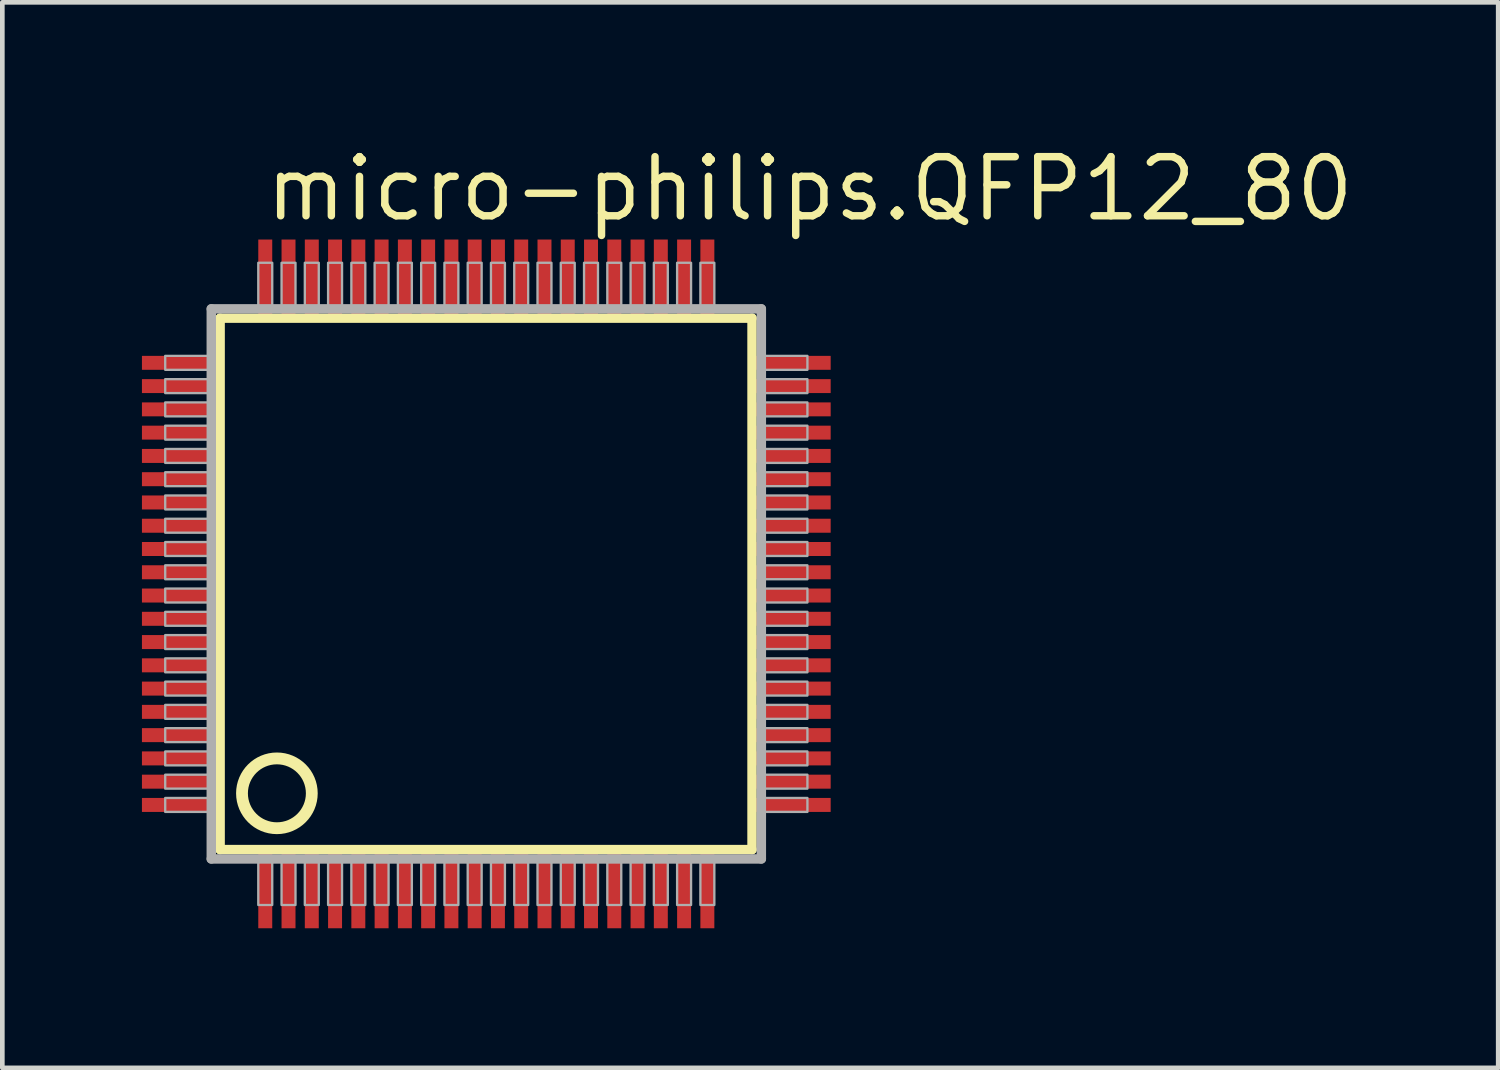
<source format=kicad_pcb>
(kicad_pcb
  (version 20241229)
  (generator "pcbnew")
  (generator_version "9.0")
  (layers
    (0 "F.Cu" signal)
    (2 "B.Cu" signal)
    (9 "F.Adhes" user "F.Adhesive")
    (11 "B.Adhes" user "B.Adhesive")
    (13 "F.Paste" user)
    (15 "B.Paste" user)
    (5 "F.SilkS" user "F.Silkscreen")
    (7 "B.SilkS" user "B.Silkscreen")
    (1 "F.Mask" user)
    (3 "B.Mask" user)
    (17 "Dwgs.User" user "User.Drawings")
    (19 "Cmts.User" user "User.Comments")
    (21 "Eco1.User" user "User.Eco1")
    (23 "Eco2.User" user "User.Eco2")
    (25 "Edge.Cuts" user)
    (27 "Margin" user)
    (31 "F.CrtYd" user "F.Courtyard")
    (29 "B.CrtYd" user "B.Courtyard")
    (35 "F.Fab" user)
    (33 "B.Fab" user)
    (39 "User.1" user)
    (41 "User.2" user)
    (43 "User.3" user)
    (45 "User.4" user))
  (footprint "micro-philips.QFP12_80"
    (layer "F.Cu")
    (at 7.4 9.497)
    (property "Reference" "micro-philips.QFP12_80" (at -4.826 -7.747 0) (layer "F.SilkS") (effects (font (size 1.27 1.27) (thickness 0.16)) (justify left bottom)))
    (attr smd)
    (fp_line (start -5.72 -5.71) (end 5.71 -5.71) (stroke (width 0.203) (type default)) (layer "F.SilkS"))
    (fp_line (start -5.72 5.71) (end -5.72 -5.71) (stroke (width 0.203) (type default)) (layer "F.SilkS"))
    (fp_line (start 5.71 5.71) (end -5.72 5.71) (stroke (width 0.203) (type default)) (layer "F.SilkS"))
    (fp_line (start 5.71 -5.71) (end 5.71 5.71) (stroke (width 0.203) (type default)) (layer "F.SilkS"))
    (fp_circle (center -4.5 4.5) (end -3.75 4.5) (stroke (width 0.254) (type default)) (fill no) (layer "F.SilkS"))
    (fp_line (start -5.91 -5.91) (end -5.91 5.91) (stroke (width 0.203) (type default)) (layer "F.Fab"))
    (fp_line (start -5.91 5.91) (end 5.91 5.91) (stroke (width 0.203) (type default)) (layer "F.Fab"))
    (fp_line (start 5.91 -5.91) (end -5.91 -5.91) (stroke (width 0.203) (type default)) (layer "F.Fab"))
    (fp_line (start 5.91 5.91) (end 5.91 -5.91) (stroke (width 0.203) (type default)) (layer "F.Fab"))
    (fp_rect (start -6.9 -4.6) (end -5.95 -4.9) (stroke (width 0.05) (type default)) (fill no) (layer "F.Fab"))
    (fp_rect (start -6.9 -4.1) (end -5.95 -4.4) (stroke (width 0.05) (type default)) (fill no) (layer "F.Fab"))
    (fp_rect (start -6.9 -3.6) (end -5.95 -3.9) (stroke (width 0.05) (type default)) (fill no) (layer "F.Fab"))
    (fp_rect (start -6.9 -3.1) (end -5.95 -3.4) (stroke (width 0.05) (type default)) (fill no) (layer "F.Fab"))
    (fp_rect (start -6.9 -2.6) (end -5.95 -2.9) (stroke (width 0.05) (type default)) (fill no) (layer "F.Fab"))
    (fp_rect (start -6.9 -2.1) (end -5.95 -2.4) (stroke (width 0.05) (type default)) (fill no) (layer "F.Fab"))
    (fp_rect (start -6.9 -1.6) (end -5.95 -1.9) (stroke (width 0.05) (type default)) (fill no) (layer "F.Fab"))
    (fp_rect (start -6.9 -1.1) (end -5.95 -1.4) (stroke (width 0.05) (type default)) (fill no) (layer "F.Fab"))
    (fp_rect (start -6.9 -0.6) (end -5.95 -0.9) (stroke (width 0.05) (type default)) (fill no) (layer "F.Fab"))
    (fp_rect (start -6.9 -0.1) (end -5.95 -0.4) (stroke (width 0.05) (type default)) (fill no) (layer "F.Fab"))
    (fp_rect (start -6.9 0.4) (end -5.95 0.1) (stroke (width 0.05) (type default)) (fill no) (layer "F.Fab"))
    (fp_rect (start -6.9 0.9) (end -5.95 0.6) (stroke (width 0.05) (type default)) (fill no) (layer "F.Fab"))
    (fp_rect (start -6.9 1.4) (end -5.95 1.1) (stroke (width 0.05) (type default)) (fill no) (layer "F.Fab"))
    (fp_rect (start -6.9 1.9) (end -5.95 1.6) (stroke (width 0.05) (type default)) (fill no) (layer "F.Fab"))
    (fp_rect (start -6.9 2.4) (end -5.95 2.1) (stroke (width 0.05) (type default)) (fill no) (layer "F.Fab"))
    (fp_rect (start -6.9 2.9) (end -5.95 2.6) (stroke (width 0.05) (type default)) (fill no) (layer "F.Fab"))
    (fp_rect (start -6.9 3.4) (end -5.95 3.1) (stroke (width 0.05) (type default)) (fill no) (layer "F.Fab"))
    (fp_rect (start -6.9 3.9) (end -5.95 3.6) (stroke (width 0.05) (type default)) (fill no) (layer "F.Fab"))
    (fp_rect (start -6.9 4.4) (end -5.95 4.1) (stroke (width 0.05) (type default)) (fill no) (layer "F.Fab"))
    (fp_rect (start -6.9 4.9) (end -5.95 4.6) (stroke (width 0.05) (type default)) (fill no) (layer "F.Fab"))
    (fp_rect (start -4.9 -5.95) (end -4.6 -6.9) (stroke (width 0.05) (type default)) (fill no) (layer "F.Fab"))
    (fp_rect (start -4.9 6.9) (end -4.6 5.95) (stroke (width 0.05) (type default)) (fill no) (layer "F.Fab"))
    (fp_rect (start -4.4 -5.95) (end -4.1 -6.9) (stroke (width 0.05) (type default)) (fill no) (layer "F.Fab"))
    (fp_rect (start -4.4 6.9) (end -4.1 5.95) (stroke (width 0.05) (type default)) (fill no) (layer "F.Fab"))
    (fp_rect (start -3.9 -5.95) (end -3.6 -6.9) (stroke (width 0.05) (type default)) (fill no) (layer "F.Fab"))
    (fp_rect (start -3.9 6.9) (end -3.6 5.95) (stroke (width 0.05) (type default)) (fill no) (layer "F.Fab"))
    (fp_rect (start -3.4 -5.95) (end -3.1 -6.9) (stroke (width 0.05) (type default)) (fill no) (layer "F.Fab"))
    (fp_rect (start -3.4 6.9) (end -3.1 5.95) (stroke (width 0.05) (type default)) (fill no) (layer "F.Fab"))
    (fp_rect (start -2.9 -5.95) (end -2.6 -6.9) (stroke (width 0.05) (type default)) (fill no) (layer "F.Fab"))
    (fp_rect (start -2.9 6.9) (end -2.6 5.95) (stroke (width 0.05) (type default)) (fill no) (layer "F.Fab"))
    (fp_rect (start -2.4 -5.95) (end -2.1 -6.9) (stroke (width 0.05) (type default)) (fill no) (layer "F.Fab"))
    (fp_rect (start -2.4 6.9) (end -2.1 5.95) (stroke (width 0.05) (type default)) (fill no) (layer "F.Fab"))
    (fp_rect (start -1.9 -5.95) (end -1.6 -6.9) (stroke (width 0.05) (type default)) (fill no) (layer "F.Fab"))
    (fp_rect (start -1.9 6.9) (end -1.6 5.95) (stroke (width 0.05) (type default)) (fill no) (layer "F.Fab"))
    (fp_rect (start -1.4 -5.95) (end -1.1 -6.9) (stroke (width 0.05) (type default)) (fill no) (layer "F.Fab"))
    (fp_rect (start -1.4 6.9) (end -1.1 5.95) (stroke (width 0.05) (type default)) (fill no) (layer "F.Fab"))
    (fp_rect (start -0.9 -5.95) (end -0.6 -6.9) (stroke (width 0.05) (type default)) (fill no) (layer "F.Fab"))
    (fp_rect (start -0.9 6.9) (end -0.6 5.95) (stroke (width 0.05) (type default)) (fill no) (layer "F.Fab"))
    (fp_rect (start -0.4 -5.95) (end -0.1 -6.9) (stroke (width 0.05) (type default)) (fill no) (layer "F.Fab"))
    (fp_rect (start -0.4 6.9) (end -0.1 5.95) (stroke (width 0.05) (type default)) (fill no) (layer "F.Fab"))
    (fp_rect (start 0.1 -5.95) (end 0.4 -6.9) (stroke (width 0.05) (type default)) (fill no) (layer "F.Fab"))
    (fp_rect (start 0.1 6.9) (end 0.4 5.95) (stroke (width 0.05) (type default)) (fill no) (layer "F.Fab"))
    (fp_rect (start 0.6 -5.95) (end 0.9 -6.9) (stroke (width 0.05) (type default)) (fill no) (layer "F.Fab"))
    (fp_rect (start 0.6 6.9) (end 0.9 5.95) (stroke (width 0.05) (type default)) (fill no) (layer "F.Fab"))
    (fp_rect (start 1.1 -5.95) (end 1.4 -6.9) (stroke (width 0.05) (type default)) (fill no) (layer "F.Fab"))
    (fp_rect (start 1.1 6.9) (end 1.4 5.95) (stroke (width 0.05) (type default)) (fill no) (layer "F.Fab"))
    (fp_rect (start 1.6 -5.95) (end 1.9 -6.9) (stroke (width 0.05) (type default)) (fill no) (layer "F.Fab"))
    (fp_rect (start 1.6 6.9) (end 1.9 5.95) (stroke (width 0.05) (type default)) (fill no) (layer "F.Fab"))
    (fp_rect (start 2.1 -5.95) (end 2.4 -6.9) (stroke (width 0.05) (type default)) (fill no) (layer "F.Fab"))
    (fp_rect (start 2.1 6.9) (end 2.4 5.95) (stroke (width 0.05) (type default)) (fill no) (layer "F.Fab"))
    (fp_rect (start 2.6 -5.95) (end 2.9 -6.9) (stroke (width 0.05) (type default)) (fill no) (layer "F.Fab"))
    (fp_rect (start 2.6 6.9) (end 2.9 5.95) (stroke (width 0.05) (type default)) (fill no) (layer "F.Fab"))
    (fp_rect (start 3.1 -5.95) (end 3.4 -6.9) (stroke (width 0.05) (type default)) (fill no) (layer "F.Fab"))
    (fp_rect (start 3.1 6.9) (end 3.4 5.95) (stroke (width 0.05) (type default)) (fill no) (layer "F.Fab"))
    (fp_rect (start 3.6 -5.95) (end 3.9 -6.9) (stroke (width 0.05) (type default)) (fill no) (layer "F.Fab"))
    (fp_rect (start 3.6 6.9) (end 3.9 5.95) (stroke (width 0.05) (type default)) (fill no) (layer "F.Fab"))
    (fp_rect (start 4.1 -5.95) (end 4.4 -6.9) (stroke (width 0.05) (type default)) (fill no) (layer "F.Fab"))
    (fp_rect (start 4.1 6.9) (end 4.4 5.95) (stroke (width 0.05) (type default)) (fill no) (layer "F.Fab"))
    (fp_rect (start 4.6 -5.95) (end 4.9 -6.9) (stroke (width 0.05) (type default)) (fill no) (layer "F.Fab"))
    (fp_rect (start 4.6 6.9) (end 4.9 5.95) (stroke (width 0.05) (type default)) (fill no) (layer "F.Fab"))
    (fp_rect (start 5.95 -4.6) (end 6.9 -4.9) (stroke (width 0.05) (type default)) (fill no) (layer "F.Fab"))
    (fp_rect (start 5.95 -4.1) (end 6.9 -4.4) (stroke (width 0.05) (type default)) (fill no) (layer "F.Fab"))
    (fp_rect (start 5.95 -3.6) (end 6.9 -3.9) (stroke (width 0.05) (type default)) (fill no) (layer "F.Fab"))
    (fp_rect (start 5.95 -3.1) (end 6.9 -3.4) (stroke (width 0.05) (type default)) (fill no) (layer "F.Fab"))
    (fp_rect (start 5.95 -2.6) (end 6.9 -2.9) (stroke (width 0.05) (type default)) (fill no) (layer "F.Fab"))
    (fp_rect (start 5.95 -2.1) (end 6.9 -2.4) (stroke (width 0.05) (type default)) (fill no) (layer "F.Fab"))
    (fp_rect (start 5.95 -1.6) (end 6.9 -1.9) (stroke (width 0.05) (type default)) (fill no) (layer "F.Fab"))
    (fp_rect (start 5.95 -1.1) (end 6.9 -1.4) (stroke (width 0.05) (type default)) (fill no) (layer "F.Fab"))
    (fp_rect (start 5.95 -0.6) (end 6.9 -0.9) (stroke (width 0.05) (type default)) (fill no) (layer "F.Fab"))
    (fp_rect (start 5.95 -0.1) (end 6.9 -0.4) (stroke (width 0.05) (type default)) (fill no) (layer "F.Fab"))
    (fp_rect (start 5.95 0.4) (end 6.9 0.1) (stroke (width 0.05) (type default)) (fill no) (layer "F.Fab"))
    (fp_rect (start 5.95 0.9) (end 6.9 0.6) (stroke (width 0.05) (type default)) (fill no) (layer "F.Fab"))
    (fp_rect (start 5.95 1.4) (end 6.9 1.1) (stroke (width 0.05) (type default)) (fill no) (layer "F.Fab"))
    (fp_rect (start 5.95 1.9) (end 6.9 1.6) (stroke (width 0.05) (type default)) (fill no) (layer "F.Fab"))
    (fp_rect (start 5.95 2.4) (end 6.9 2.1) (stroke (width 0.05) (type default)) (fill no) (layer "F.Fab"))
    (fp_rect (start 5.95 2.9) (end 6.9 2.6) (stroke (width 0.05) (type default)) (fill no) (layer "F.Fab"))
    (fp_rect (start 5.95 3.4) (end 6.9 3.1) (stroke (width 0.05) (type default)) (fill no) (layer "F.Fab"))
    (fp_rect (start 5.95 3.9) (end 6.9 3.6) (stroke (width 0.05) (type default)) (fill no) (layer "F.Fab"))
    (fp_rect (start 5.95 4.4) (end 6.9 4.1) (stroke (width 0.05) (type default)) (fill no) (layer "F.Fab"))
    (fp_rect (start 5.95 4.9) (end 6.9 4.6) (stroke (width 0.05) (type default)) (fill no) (layer "F.Fab"))
    (pad "1" smd roundrect (at -4.75 6.6) (size 0.3 1.6) (layers "F.Cu" "F.Mask" "F.Paste") (roundrect_rratio 0.01))
    (pad "2" smd roundrect (at -4.25 6.6) (size 0.3 1.6) (layers "F.Cu" "F.Mask" "F.Paste") (roundrect_rratio 0.01))
    (pad "3" smd roundrect (at -3.75 6.6) (size 0.3 1.6) (layers "F.Cu" "F.Mask" "F.Paste") (roundrect_rratio 0.01))
    (pad "4" smd roundrect (at -3.25 6.6) (size 0.3 1.6) (layers "F.Cu" "F.Mask" "F.Paste") (roundrect_rratio 0.01))
    (pad "5" smd roundrect (at -2.75 6.6) (size 0.3 1.6) (layers "F.Cu" "F.Mask" "F.Paste") (roundrect_rratio 0.01))
    (pad "6" smd roundrect (at -2.25 6.6) (size 0.3 1.6) (layers "F.Cu" "F.Mask" "F.Paste") (roundrect_rratio 0.01))
    (pad "7" smd roundrect (at -1.75 6.6) (size 0.3 1.6) (layers "F.Cu" "F.Mask" "F.Paste") (roundrect_rratio 0.01))
    (pad "8" smd roundrect (at -1.25 6.6) (size 0.3 1.6) (layers "F.Cu" "F.Mask" "F.Paste") (roundrect_rratio 0.01))
    (pad "9" smd roundrect (at -0.75 6.6) (size 0.3 1.6) (layers "F.Cu" "F.Mask" "F.Paste") (roundrect_rratio 0.01))
    (pad "10" smd roundrect (at -0.25 6.6) (size 0.3 1.6) (layers "F.Cu" "F.Mask" "F.Paste") (roundrect_rratio 0.01))
    (pad "11" smd roundrect (at 0.25 6.6) (size 0.3 1.6) (layers "F.Cu" "F.Mask" "F.Paste") (roundrect_rratio 0.01))
    (pad "12" smd roundrect (at 0.75 6.6) (size 0.3 1.6) (layers "F.Cu" "F.Mask" "F.Paste") (roundrect_rratio 0.01))
    (pad "13" smd roundrect (at 1.25 6.6) (size 0.3 1.6) (layers "F.Cu" "F.Mask" "F.Paste") (roundrect_rratio 0.01))
    (pad "14" smd roundrect (at 1.75 6.6) (size 0.3 1.6) (layers "F.Cu" "F.Mask" "F.Paste") (roundrect_rratio 0.01))
    (pad "15" smd roundrect (at 2.25 6.6) (size 0.3 1.6) (layers "F.Cu" "F.Mask" "F.Paste") (roundrect_rratio 0.01))
    (pad "16" smd roundrect (at 2.75 6.6) (size 0.3 1.6) (layers "F.Cu" "F.Mask" "F.Paste") (roundrect_rratio 0.01))
    (pad "17" smd roundrect (at 3.25 6.6) (size 0.3 1.6) (layers "F.Cu" "F.Mask" "F.Paste") (roundrect_rratio 0.01))
    (pad "18" smd roundrect (at 3.75 6.6) (size 0.3 1.6) (layers "F.Cu" "F.Mask" "F.Paste") (roundrect_rratio 0.01))
    (pad "19" smd roundrect (at 4.25 6.6) (size 0.3 1.6) (layers "F.Cu" "F.Mask" "F.Paste") (roundrect_rratio 0.01))
    (pad "20" smd roundrect (at 4.75 6.6) (size 0.3 1.6) (layers "F.Cu" "F.Mask" "F.Paste") (roundrect_rratio 0.01))
    (pad "21" smd roundrect (at 6.6 4.75) (size 1.6 0.3) (layers "F.Cu" "F.Mask" "F.Paste") (roundrect_rratio 0.01))
    (pad "22" smd roundrect (at 6.6 4.25) (size 1.6 0.3) (layers "F.Cu" "F.Mask" "F.Paste") (roundrect_rratio 0.01))
    (pad "23" smd roundrect (at 6.6 3.75) (size 1.6 0.3) (layers "F.Cu" "F.Mask" "F.Paste") (roundrect_rratio 0.01))
    (pad "24" smd roundrect (at 6.6 3.25) (size 1.6 0.3) (layers "F.Cu" "F.Mask" "F.Paste") (roundrect_rratio 0.01))
    (pad "25" smd roundrect (at 6.6 2.75) (size 1.6 0.3) (layers "F.Cu" "F.Mask" "F.Paste") (roundrect_rratio 0.01))
    (pad "26" smd roundrect (at 6.6 2.25) (size 1.6 0.3) (layers "F.Cu" "F.Mask" "F.Paste") (roundrect_rratio 0.01))
    (pad "27" smd roundrect (at 6.6 1.75) (size 1.6 0.3) (layers "F.Cu" "F.Mask" "F.Paste") (roundrect_rratio 0.01))
    (pad "28" smd roundrect (at 6.6 1.25) (size 1.6 0.3) (layers "F.Cu" "F.Mask" "F.Paste") (roundrect_rratio 0.01))
    (pad "29" smd roundrect (at 6.6 0.75) (size 1.6 0.3) (layers "F.Cu" "F.Mask" "F.Paste") (roundrect_rratio 0.01))
    (pad "30" smd roundrect (at 6.6 0.25) (size 1.6 0.3) (layers "F.Cu" "F.Mask" "F.Paste") (roundrect_rratio 0.01))
    (pad "31" smd roundrect (at 6.6 -0.25) (size 1.6 0.3) (layers "F.Cu" "F.Mask" "F.Paste") (roundrect_rratio 0.01))
    (pad "32" smd roundrect (at 6.6 -0.75) (size 1.6 0.3) (layers "F.Cu" "F.Mask" "F.Paste") (roundrect_rratio 0.01))
    (pad "33" smd roundrect (at 6.6 -1.25) (size 1.6 0.3) (layers "F.Cu" "F.Mask" "F.Paste") (roundrect_rratio 0.01))
    (pad "34" smd roundrect (at 6.6 -1.75) (size 1.6 0.3) (layers "F.Cu" "F.Mask" "F.Paste") (roundrect_rratio 0.01))
    (pad "35" smd roundrect (at 6.6 -2.25) (size 1.6 0.3) (layers "F.Cu" "F.Mask" "F.Paste") (roundrect_rratio 0.01))
    (pad "36" smd roundrect (at 6.6 -2.75) (size 1.6 0.3) (layers "F.Cu" "F.Mask" "F.Paste") (roundrect_rratio 0.01))
    (pad "37" smd roundrect (at 6.6 -3.25) (size 1.6 0.3) (layers "F.Cu" "F.Mask" "F.Paste") (roundrect_rratio 0.01))
    (pad "38" smd roundrect (at 6.6 -3.75) (size 1.6 0.3) (layers "F.Cu" "F.Mask" "F.Paste") (roundrect_rratio 0.01))
    (pad "39" smd roundrect (at 6.6 -4.25) (size 1.6 0.3) (layers "F.Cu" "F.Mask" "F.Paste") (roundrect_rratio 0.01))
    (pad "40" smd roundrect (at 6.6 -4.75) (size 1.6 0.3) (layers "F.Cu" "F.Mask" "F.Paste") (roundrect_rratio 0.01))
    (pad "41" smd roundrect (at 4.75 -6.6) (size 0.3 1.6) (layers "F.Cu" "F.Mask" "F.Paste") (roundrect_rratio 0.01))
    (pad "42" smd roundrect (at 4.25 -6.6) (size 0.3 1.6) (layers "F.Cu" "F.Mask" "F.Paste") (roundrect_rratio 0.01))
    (pad "43" smd roundrect (at 3.75 -6.6) (size 0.3 1.6) (layers "F.Cu" "F.Mask" "F.Paste") (roundrect_rratio 0.01))
    (pad "44" smd roundrect (at 3.25 -6.6) (size 0.3 1.6) (layers "F.Cu" "F.Mask" "F.Paste") (roundrect_rratio 0.01))
    (pad "45" smd roundrect (at 2.75 -6.6) (size 0.3 1.6) (layers "F.Cu" "F.Mask" "F.Paste") (roundrect_rratio 0.01))
    (pad "46" smd roundrect (at 2.25 -6.6) (size 0.3 1.6) (layers "F.Cu" "F.Mask" "F.Paste") (roundrect_rratio 0.01))
    (pad "47" smd roundrect (at 1.75 -6.6) (size 0.3 1.6) (layers "F.Cu" "F.Mask" "F.Paste") (roundrect_rratio 0.01))
    (pad "48" smd roundrect (at 1.25 -6.6) (size 0.3 1.6) (layers "F.Cu" "F.Mask" "F.Paste") (roundrect_rratio 0.01))
    (pad "49" smd roundrect (at 0.75 -6.6) (size 0.3 1.6) (layers "F.Cu" "F.Mask" "F.Paste") (roundrect_rratio 0.01))
    (pad "50" smd roundrect (at 0.25 -6.6) (size 0.3 1.6) (layers "F.Cu" "F.Mask" "F.Paste") (roundrect_rratio 0.01))
    (pad "51" smd roundrect (at -0.25 -6.6) (size 0.3 1.6) (layers "F.Cu" "F.Mask" "F.Paste") (roundrect_rratio 0.01))
    (pad "52" smd roundrect (at -0.75 -6.6) (size 0.3 1.6) (layers "F.Cu" "F.Mask" "F.Paste") (roundrect_rratio 0.01))
    (pad "53" smd roundrect (at -1.25 -6.6) (size 0.3 1.6) (layers "F.Cu" "F.Mask" "F.Paste") (roundrect_rratio 0.01))
    (pad "54" smd roundrect (at -1.75 -6.6) (size 0.3 1.6) (layers "F.Cu" "F.Mask" "F.Paste") (roundrect_rratio 0.01))
    (pad "55" smd roundrect (at -2.25 -6.6) (size 0.3 1.6) (layers "F.Cu" "F.Mask" "F.Paste") (roundrect_rratio 0.01))
    (pad "56" smd roundrect (at -2.75 -6.6) (size 0.3 1.6) (layers "F.Cu" "F.Mask" "F.Paste") (roundrect_rratio 0.01))
    (pad "57" smd roundrect (at -3.25 -6.6) (size 0.3 1.6) (layers "F.Cu" "F.Mask" "F.Paste") (roundrect_rratio 0.01))
    (pad "58" smd roundrect (at -3.75 -6.6) (size 0.3 1.6) (layers "F.Cu" "F.Mask" "F.Paste") (roundrect_rratio 0.01))
    (pad "59" smd roundrect (at -4.25 -6.6) (size 0.3 1.6) (layers "F.Cu" "F.Mask" "F.Paste") (roundrect_rratio 0.01))
    (pad "60" smd roundrect (at -4.75 -6.6) (size 0.3 1.6) (layers "F.Cu" "F.Mask" "F.Paste") (roundrect_rratio 0.01))
    (pad "61" smd roundrect (at -6.6 -4.75) (size 1.6 0.3) (layers "F.Cu" "F.Mask" "F.Paste") (roundrect_rratio 0.01))
    (pad "62" smd roundrect (at -6.6 -4.25) (size 1.6 0.3) (layers "F.Cu" "F.Mask" "F.Paste") (roundrect_rratio 0.01))
    (pad "63" smd roundrect (at -6.6 -3.75) (size 1.6 0.3) (layers "F.Cu" "F.Mask" "F.Paste") (roundrect_rratio 0.01))
    (pad "64" smd roundrect (at -6.6 -3.25) (size 1.6 0.3) (layers "F.Cu" "F.Mask" "F.Paste") (roundrect_rratio 0.01))
    (pad "65" smd roundrect (at -6.6 -2.75) (size 1.6 0.3) (layers "F.Cu" "F.Mask" "F.Paste") (roundrect_rratio 0.01))
    (pad "66" smd roundrect (at -6.6 -2.25) (size 1.6 0.3) (layers "F.Cu" "F.Mask" "F.Paste") (roundrect_rratio 0.01))
    (pad "67" smd roundrect (at -6.6 -1.75) (size 1.6 0.3) (layers "F.Cu" "F.Mask" "F.Paste") (roundrect_rratio 0.01))
    (pad "68" smd roundrect (at -6.6 -1.25) (size 1.6 0.3) (layers "F.Cu" "F.Mask" "F.Paste") (roundrect_rratio 0.01))
    (pad "69" smd roundrect (at -6.6 -0.75) (size 1.6 0.3) (layers "F.Cu" "F.Mask" "F.Paste") (roundrect_rratio 0.01))
    (pad "70" smd roundrect (at -6.6 -0.25) (size 1.6 0.3) (layers "F.Cu" "F.Mask" "F.Paste") (roundrect_rratio 0.01))
    (pad "71" smd roundrect (at -6.6 0.25) (size 1.6 0.3) (layers "F.Cu" "F.Mask" "F.Paste") (roundrect_rratio 0.01))
    (pad "72" smd roundrect (at -6.6 0.75) (size 1.6 0.3) (layers "F.Cu" "F.Mask" "F.Paste") (roundrect_rratio 0.01))
    (pad "73" smd roundrect (at -6.6 1.25) (size 1.6 0.3) (layers "F.Cu" "F.Mask" "F.Paste") (roundrect_rratio 0.01))
    (pad "74" smd roundrect (at -6.6 1.75) (size 1.6 0.3) (layers "F.Cu" "F.Mask" "F.Paste") (roundrect_rratio 0.01))
    (pad "75" smd roundrect (at -6.6 2.25) (size 1.6 0.3) (layers "F.Cu" "F.Mask" "F.Paste") (roundrect_rratio 0.01))
    (pad "76" smd roundrect (at -6.6 2.75) (size 1.6 0.3) (layers "F.Cu" "F.Mask" "F.Paste") (roundrect_rratio 0.01))
    (pad "77" smd roundrect (at -6.6 3.25) (size 1.6 0.3) (layers "F.Cu" "F.Mask" "F.Paste") (roundrect_rratio 0.01))
    (pad "78" smd roundrect (at -6.6 3.75) (size 1.6 0.3) (layers "F.Cu" "F.Mask" "F.Paste") (roundrect_rratio 0.01))
    (pad "79" smd roundrect (at -6.6 4.25) (size 1.6 0.3) (layers "F.Cu" "F.Mask" "F.Paste") (roundrect_rratio 0.01))
    (pad "80" smd roundrect (at -6.6 4.75) (size 1.6 0.3) (layers "F.Cu" "F.Mask" "F.Paste") (roundrect_rratio 0.01)))
  (gr_rect
    (start -3 -3)
    (end 29.144 19.897)
    (stroke (width 0.1) (type default))
    (fill no)
    (layer "Edge.Cuts")))
</source>
